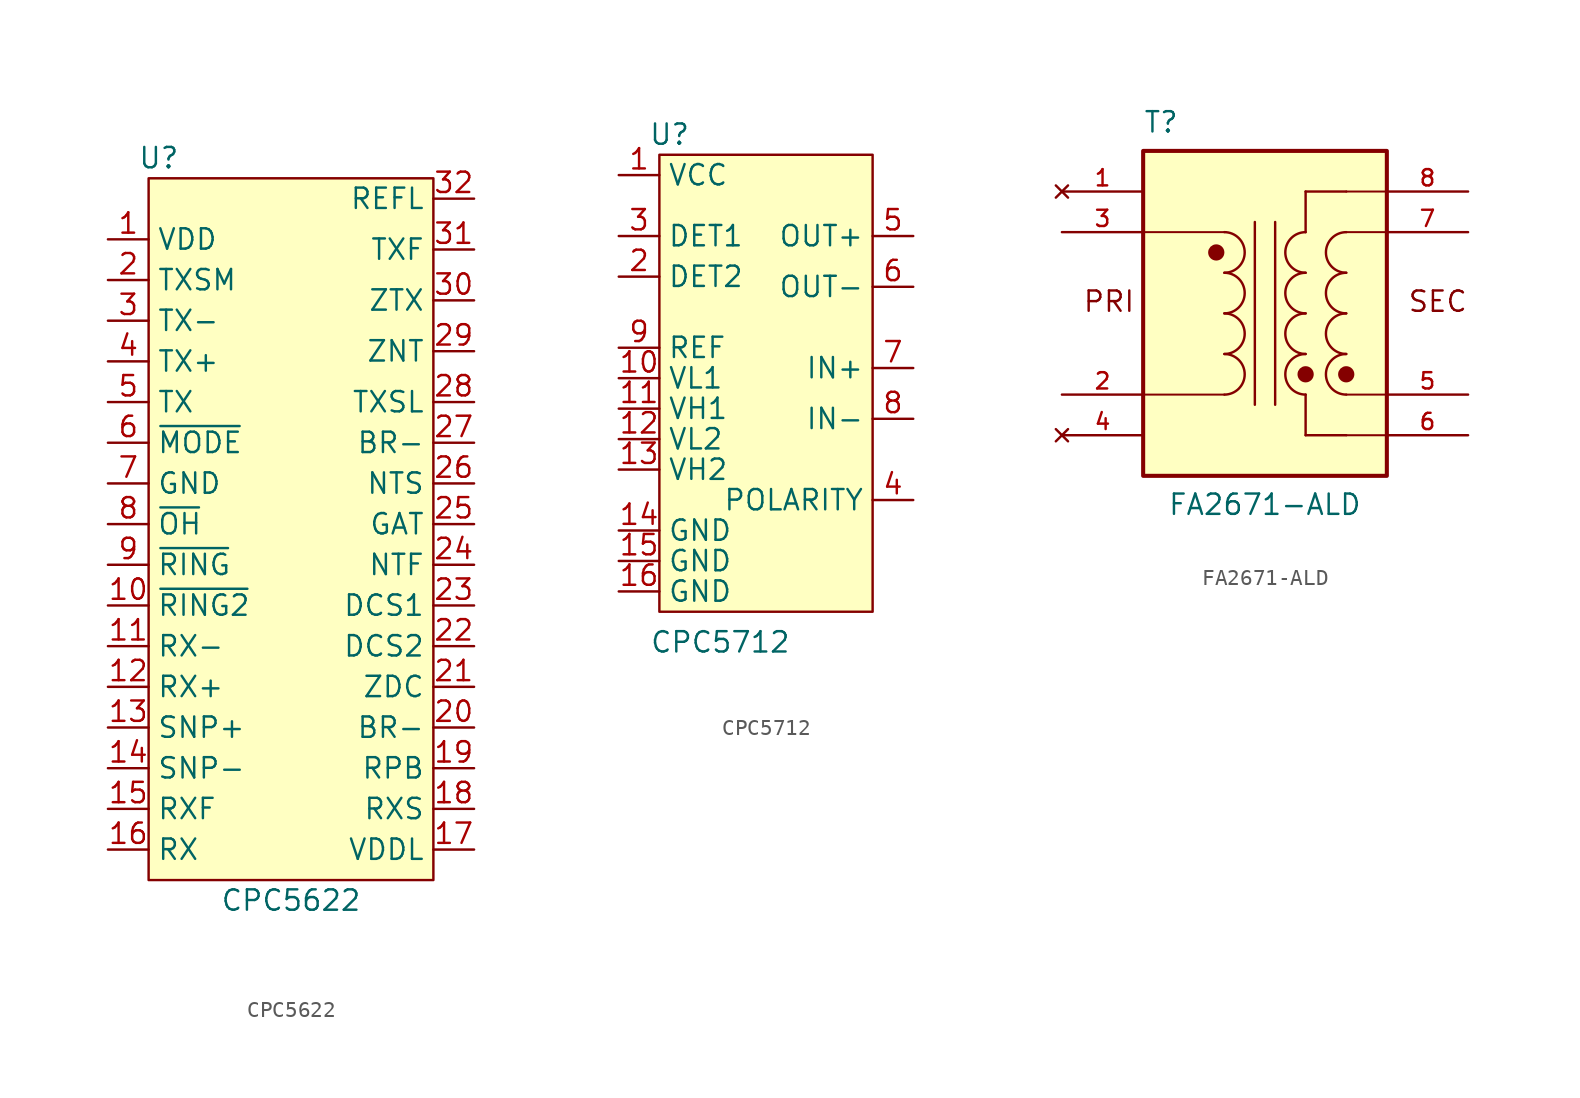
<source format=kicad_sym>
(kicad_symbol_lib
  (version 20211014)
  (generator kicad_symbol_editor)
  (symbol "CPC5622"
    (property "Reference" "U"
      (at -8.255 45.085 0)
      (effects (font (size 1.27 1.27))))
    (property "Value" "CPC5622"
      (at 0 -1.27 0)
      (effects (font (size 1.27 1.27))))
    (symbol "CPC5622_0_1"
      (rectangle (start -8.89 43.815) (end 8.89 0) (stroke (width 0) (type default) (color 0 0 0 0)) (fill (type background))))
    (symbol "CPC5622_1_1"
      (pin power_in line (at -11.43 40.005 0) (length 2.54) (name "VDD" (effects (font (size 1.27 1.27)))) (number "1" (effects (font (size 1.27 1.27)))))
      (pin output line (at -11.43 17.145 0) (length 2.54) (name "~{RING2}" (effects (font (size 1.27 1.27)))) (number "10" (effects (font (size 1.27 1.27)))))
      (pin output line (at -11.43 14.605 0) (length 2.54) (name "RX-" (effects (font (size 1.27 1.27)))) (number "11" (effects (font (size 1.27 1.27)))))
      (pin output line (at -11.43 12.065 0) (length 2.54) (name "RX+" (effects (font (size 1.27 1.27)))) (number "12" (effects (font (size 1.27 1.27)))))
      (pin passive line (at -11.43 9.525 0) (length 2.54) (name "SNP+" (effects (font (size 1.27 1.27)))) (number "13" (effects (font (size 1.27 1.27)))))
      (pin passive line (at -11.43 6.985 0) (length 2.54) (name "SNP-" (effects (font (size 1.27 1.27)))) (number "14" (effects (font (size 1.27 1.27)))))
      (pin passive line (at -11.43 4.445 0) (length 2.54) (name "RXF" (effects (font (size 1.27 1.27)))) (number "15" (effects (font (size 1.27 1.27)))))
      (pin passive line (at -11.43 1.905 0) (length 2.54) (name "RX" (effects (font (size 1.27 1.27)))) (number "16" (effects (font (size 1.27 1.27)))))
      (pin passive line (at 11.43 1.905 180) (length 2.54) (name "VDDL" (effects (font (size 1.27 1.27)))) (number "17" (effects (font (size 1.27 1.27)))))
      (pin passive line (at 11.43 4.445 180) (length 2.54) (name "RXS" (effects (font (size 1.27 1.27)))) (number "18" (effects (font (size 1.27 1.27)))))
      (pin passive line (at 11.43 6.985 180) (length 2.54) (name "RPB" (effects (font (size 1.27 1.27)))) (number "19" (effects (font (size 1.27 1.27)))))
      (pin passive line (at -11.43 37.465 0) (length 2.54) (name "TXSM" (effects (font (size 1.27 1.27)))) (number "2" (effects (font (size 1.27 1.27)))))
      (pin passive line (at 11.43 9.525 180) (length 2.54) (name "BR-" (effects (font (size 1.27 1.27)))) (number "20" (effects (font (size 1.27 1.27)))))
      (pin passive line (at 11.43 12.065 180) (length 2.54) (name "ZDC" (effects (font (size 1.27 1.27)))) (number "21" (effects (font (size 1.27 1.27)))))
      (pin passive line (at 11.43 14.605 180) (length 2.54) (name "DCS2" (effects (font (size 1.27 1.27)))) (number "22" (effects (font (size 1.27 1.27)))))
      (pin passive line (at 11.43 17.145 180) (length 2.54) (name "DCS1" (effects (font (size 1.27 1.27)))) (number "23" (effects (font (size 1.27 1.27)))))
      (pin passive line (at 11.43 19.685 180) (length 2.54) (name "NTF" (effects (font (size 1.27 1.27)))) (number "24" (effects (font (size 1.27 1.27)))))
      (pin passive line (at 11.43 22.225 180) (length 2.54) (name "GAT" (effects (font (size 1.27 1.27)))) (number "25" (effects (font (size 1.27 1.27)))))
      (pin passive line (at 11.43 24.765 180) (length 2.54) (name "NTS" (effects (font (size 1.27 1.27)))) (number "26" (effects (font (size 1.27 1.27)))))
      (pin passive line (at 11.43 27.305 180) (length 2.54) (name "BR-" (effects (font (size 1.27 1.27)))) (number "27" (effects (font (size 1.27 1.27)))))
      (pin passive line (at 11.43 29.845 180) (length 2.54) (name "TXSL" (effects (font (size 1.27 1.27)))) (number "28" (effects (font (size 1.27 1.27)))))
      (pin passive line (at 11.43 33.02 180) (length 2.54) (name "ZNT" (effects (font (size 1.27 1.27)))) (number "29" (effects (font (size 1.27 1.27)))))
      (pin passive line (at -11.43 34.925 0) (length 2.54) (name "TX-" (effects (font (size 1.27 1.27)))) (number "3" (effects (font (size 1.27 1.27)))))
      (pin passive line (at 11.43 36.195 180) (length 2.54) (name "ZTX" (effects (font (size 1.27 1.27)))) (number "30" (effects (font (size 1.27 1.27)))))
      (pin passive line (at 11.43 39.37 180) (length 2.54) (name "TXF" (effects (font (size 1.27 1.27)))) (number "31" (effects (font (size 1.27 1.27)))))
      (pin passive line (at 11.43 42.545 180) (length 2.54) (name "REFL" (effects (font (size 1.27 1.27)))) (number "32" (effects (font (size 1.27 1.27)))))
      (pin passive line (at -11.43 32.385 0) (length 2.54) (name "TX+" (effects (font (size 1.27 1.27)))) (number "4" (effects (font (size 1.27 1.27)))))
      (pin passive line (at -11.43 29.845 0) (length 2.54) (name "TX" (effects (font (size 1.27 1.27)))) (number "5" (effects (font (size 1.27 1.27)))))
      (pin passive line (at -11.43 27.305 0) (length 2.54) (name "~{MODE}" (effects (font (size 1.27 1.27)))) (number "6" (effects (font (size 1.27 1.27)))))
      (pin passive line (at -11.43 24.765 0) (length 2.54) (name "GND" (effects (font (size 1.27 1.27)))) (number "7" (effects (font (size 1.27 1.27)))))
      (pin input line (at -11.43 22.225 0) (length 2.54) (name "~{OH}" (effects (font (size 1.27 1.27)))) (number "8" (effects (font (size 1.27 1.27)))))
      (pin output line (at -11.43 19.685 0) (length 2.54) (name "~{RING}" (effects (font (size 1.27 1.27)))) (number "9" (effects (font (size 1.27 1.27)))))))
  (symbol "CPC5712"
    (property "Reference" "U"
      (at 0.635 29.845 0)
      (effects (font (size 1.27 1.27))))
    (property "Value" "CPC5712"
      (at 3.81 -1.905 0)
      (effects (font (size 1.27 1.27))))
    (symbol "CPC5712_0_1"
      (rectangle (start 0 28.575) (end 13.335 0) (stroke (width 0) (type default) (color 0 0 0 0)) (fill (type background))))
    (symbol "CPC5712_1_1"
      (pin power_in line (at -2.54 27.305 0) (length 2.54) (name "VCC" (effects (font (size 1.27 1.27)))) (number "1" (effects (font (size 1.27 1.27)))))
      (pin passive line (at -2.54 14.605 0) (length 2.54) (name "VL1" (effects (font (size 1.27 1.27)))) (number "10" (effects (font (size 1.27 1.27)))))
      (pin passive line (at -2.54 12.7 0) (length 2.54) (name "VH1" (effects (font (size 1.27 1.27)))) (number "11" (effects (font (size 1.27 1.27)))))
      (pin passive line (at -2.54 10.795 0) (length 2.54) (name "VL2" (effects (font (size 1.27 1.27)))) (number "12" (effects (font (size 1.27 1.27)))))
      (pin passive line (at -2.54 8.89 0) (length 2.54) (name "VH2" (effects (font (size 1.27 1.27)))) (number "13" (effects (font (size 1.27 1.27)))))
      (pin passive line (at -2.54 5.08 0) (length 2.54) (name "GND" (effects (font (size 1.27 1.27)))) (number "14" (effects (font (size 1.27 1.27)))))
      (pin passive line (at -2.54 3.175 0) (length 2.54) (name "GND" (effects (font (size 1.27 1.27)))) (number "15" (effects (font (size 1.27 1.27)))))
      (pin passive line (at -2.54 1.27 0) (length 2.54) (name "GND" (effects (font (size 1.27 1.27)))) (number "16" (effects (font (size 1.27 1.27)))))
      (pin output line (at -2.54 20.955 0) (length 2.54) (name "DET2" (effects (font (size 1.27 1.27)))) (number "2" (effects (font (size 1.27 1.27)))))
      (pin output line (at -2.54 23.495 0) (length 2.54) (name "DET1" (effects (font (size 1.27 1.27)))) (number "3" (effects (font (size 1.27 1.27)))))
      (pin passive line (at 15.875 6.985 180) (length 2.54) (name "POLARITY" (effects (font (size 1.27 1.27)))) (number "4" (effects (font (size 1.27 1.27)))))
      (pin passive line (at 15.875 23.495 180) (length 2.54) (name "OUT+" (effects (font (size 1.27 1.27)))) (number "5" (effects (font (size 1.27 1.27)))))
      (pin passive line (at 15.875 20.32 180) (length 2.54) (name "OUT-" (effects (font (size 1.27 1.27)))) (number "6" (effects (font (size 1.27 1.27)))))
      (pin passive line (at 15.875 15.24 180) (length 2.54) (name "IN+" (effects (font (size 1.27 1.27)))) (number "7" (effects (font (size 1.27 1.27)))))
      (pin passive line (at 15.875 12.065 180) (length 2.54) (name "IN-" (effects (font (size 1.27 1.27)))) (number "8" (effects (font (size 1.27 1.27)))))
      (pin passive line (at -2.54 16.51 0) (length 2.54) (name "REF" (effects (font (size 1.27 1.27)))) (number "9" (effects (font (size 1.27 1.27)))))))
  (symbol "FA2671-ALD"
    (pin_names
      (offset 1.016))
    (property "Reference" "T"
      (at -7.624 12.7 0)
      (effects (font (size 1.27 1.27)) (justify left top)))
    (property "Value" "FA2671-ALD"
      (at -6.096 -12.7 0)
      (effects (font (size 1.27 1.27)) (justify left bottom)))
    (symbol "FA2671-ALD_0_0"
      (rectangle (start -7.62 -10.16) (end 7.62 10.16) (stroke (width 0.254) (type default) (color 0 0 0 0)) (fill (type background)))
      (circle (center -3.048 3.81) (radius 0.254) (stroke (width 0.508) (type default) (color 0 0 0 0)) (fill (type none)))
      (arc (start -2.54 -5.08) (mid -1.27 -3.81) (end -2.54 -2.54) (stroke (width 0.1524) (type default) (color 0 0 0 0)) (fill (type none)))
      (arc (start -2.54 -2.54) (mid -1.27 -1.27) (end -2.54 0) (stroke (width 0.1524) (type default) (color 0 0 0 0)) (fill (type none)))
      (arc (start -2.54 0) (mid -1.27 1.27) (end -2.54 2.54) (stroke (width 0.1524) (type default) (color 0 0 0 0)) (fill (type none)))
      (arc (start -2.54 2.54) (mid -1.27 3.81) (end -2.54 5.08) (stroke (width 0.1524) (type default) (color 0 0 0 0)) (fill (type none)))
      (polyline (pts (xy -7.62 -5.08) (xy -2.54 -5.08)) (stroke (width 0.127) (type default) (color 0 0 0 0)) (fill (type none)))
      (polyline (pts (xy -7.62 5.08) (xy -2.54 5.08)) (stroke (width 0.127) (type default) (color 0 0 0 0)) (fill (type none)))
      (polyline (pts (xy -0.635 5.715) (xy -0.635 -5.715)) (stroke (width 0.152) (type default) (color 0 0 0 0)) (fill (type none)))
      (polyline (pts (xy 0.635 5.715) (xy 0.635 -5.715)) (stroke (width 0.152) (type default) (color 0 0 0 0)) (fill (type none)))
      (polyline (pts (xy 2.54 -7.62) (xy 2.54 -5.08)) (stroke (width 0.152) (type default) (color 0 0 0 0)) (fill (type none)))
      (polyline (pts (xy 2.54 7.62) (xy 2.54 5.08)) (stroke (width 0.152) (type default) (color 0 0 0 0)) (fill (type none)))
      (polyline (pts (xy 5.08 -7.62) (xy 2.54 -7.62)) (stroke (width 0.152) (type default) (color 0 0 0 0)) (fill (type none)))
      (polyline (pts (xy 5.08 -7.62) (xy 7.62 -7.62)) (stroke (width 0.127) (type default) (color 0 0 0 0)) (fill (type none)))
      (polyline (pts (xy 5.08 7.62) (xy 2.54 7.62)) (stroke (width 0.152) (type default) (color 0 0 0 0)) (fill (type none)))
      (polyline (pts (xy 7.62 -5.08) (xy 5.08 -5.08)) (stroke (width 0.127) (type default) (color 0 0 0 0)) (fill (type none)))
      (polyline (pts (xy 7.62 5.08) (xy 5.08 5.08)) (stroke (width 0.127) (type default) (color 0 0 0 0)) (fill (type none)))
      (polyline (pts (xy 7.62 7.62) (xy 5.08 7.62)) (stroke (width 0.127) (type default) (color 0 0 0 0)) (fill (type none)))
      (circle (center 2.54 -3.81) (radius 0.254) (stroke (width 0.508) (type default) (color 0 0 0 0)) (fill (type none)))
      (arc (start 2.54 -2.54) (mid 1.27 -3.81) (end 2.54 -5.08) (stroke (width 0.1524) (type default) (color 0 0 0 0)) (fill (type none)))
      (arc (start 2.54 0) (mid 1.27 -1.27) (end 2.54 -2.54) (stroke (width 0.1524) (type default) (color 0 0 0 0)) (fill (type none)))
      (arc (start 2.54 2.54) (mid 1.27 1.27) (end 2.54 0) (stroke (width 0.1524) (type default) (color 0 0 0 0)) (fill (type none)))
      (arc (start 2.54 5.08) (mid 1.27 3.81) (end 2.54 2.54) (stroke (width 0.1524) (type default) (color 0 0 0 0)) (fill (type none)))
      (circle (center 5.08 -3.81) (radius 0.254) (stroke (width 0.508) (type default) (color 0 0 0 0)) (fill (type none)))
      (arc (start 5.08 -2.54) (mid 3.81 -3.81) (end 5.08 -5.08) (stroke (width 0.1524) (type default) (color 0 0 0 0)) (fill (type none)))
      (arc (start 5.08 0) (mid 3.81 -1.27) (end 5.08 -2.54) (stroke (width 0.1524) (type default) (color 0 0 0 0)) (fill (type none)))
      (arc (start 5.08 2.54) (mid 3.81 1.27) (end 5.08 0) (stroke (width 0.1524) (type default) (color 0 0 0 0)) (fill (type none)))
      (arc (start 5.08 5.08) (mid 3.81 3.81) (end 5.08 2.54) (stroke (width 0.1524) (type default) (color 0 0 0 0)) (fill (type none)))
      (text "PRI" (at -11.43 0 0) (effects (font (size 1.27 1.27)) (justify left bottom)))
      (text "SEC" (at 8.89 0 0) (effects (font (size 1.27 1.27)) (justify left bottom)))
      (pin no_connect line (at -12.7 7.62 0) (length 5.08) (name "~" (effects (font (size 1.016 1.016)))) (number "1" (effects (font (size 1.016 1.016)))))
      (pin passive line (at -12.7 -5.08 0) (length 5.08) (name "~" (effects (font (size 1.016 1.016)))) (number "2" (effects (font (size 1.016 1.016)))))
      (pin passive line (at -12.7 5.08 0) (length 5.08) (name "~" (effects (font (size 1.016 1.016)))) (number "3" (effects (font (size 1.016 1.016)))))
      (pin no_connect line (at -12.7 -7.62 0) (length 5.08) (name "~" (effects (font (size 1.016 1.016)))) (number "4" (effects (font (size 1.016 1.016)))))
      (pin passive line (at 12.7 -5.08 180) (length 5.08) (name "~" (effects (font (size 1.016 1.016)))) (number "5" (effects (font (size 1.016 1.016)))))
      (pin passive line (at 12.7 -7.62 180) (length 5.08) (name "~" (effects (font (size 1.016 1.016)))) (number "6" (effects (font (size 1.016 1.016)))))
      (pin passive line (at 12.7 5.08 180) (length 5.08) (name "~" (effects (font (size 1.016 1.016)))) (number "7" (effects (font (size 1.016 1.016)))))
      (pin passive line (at 12.7 7.62 180) (length 5.08) (name "~" (effects (font (size 1.016 1.016)))) (number "8" (effects (font (size 1.016 1.016))))))))
</source>
